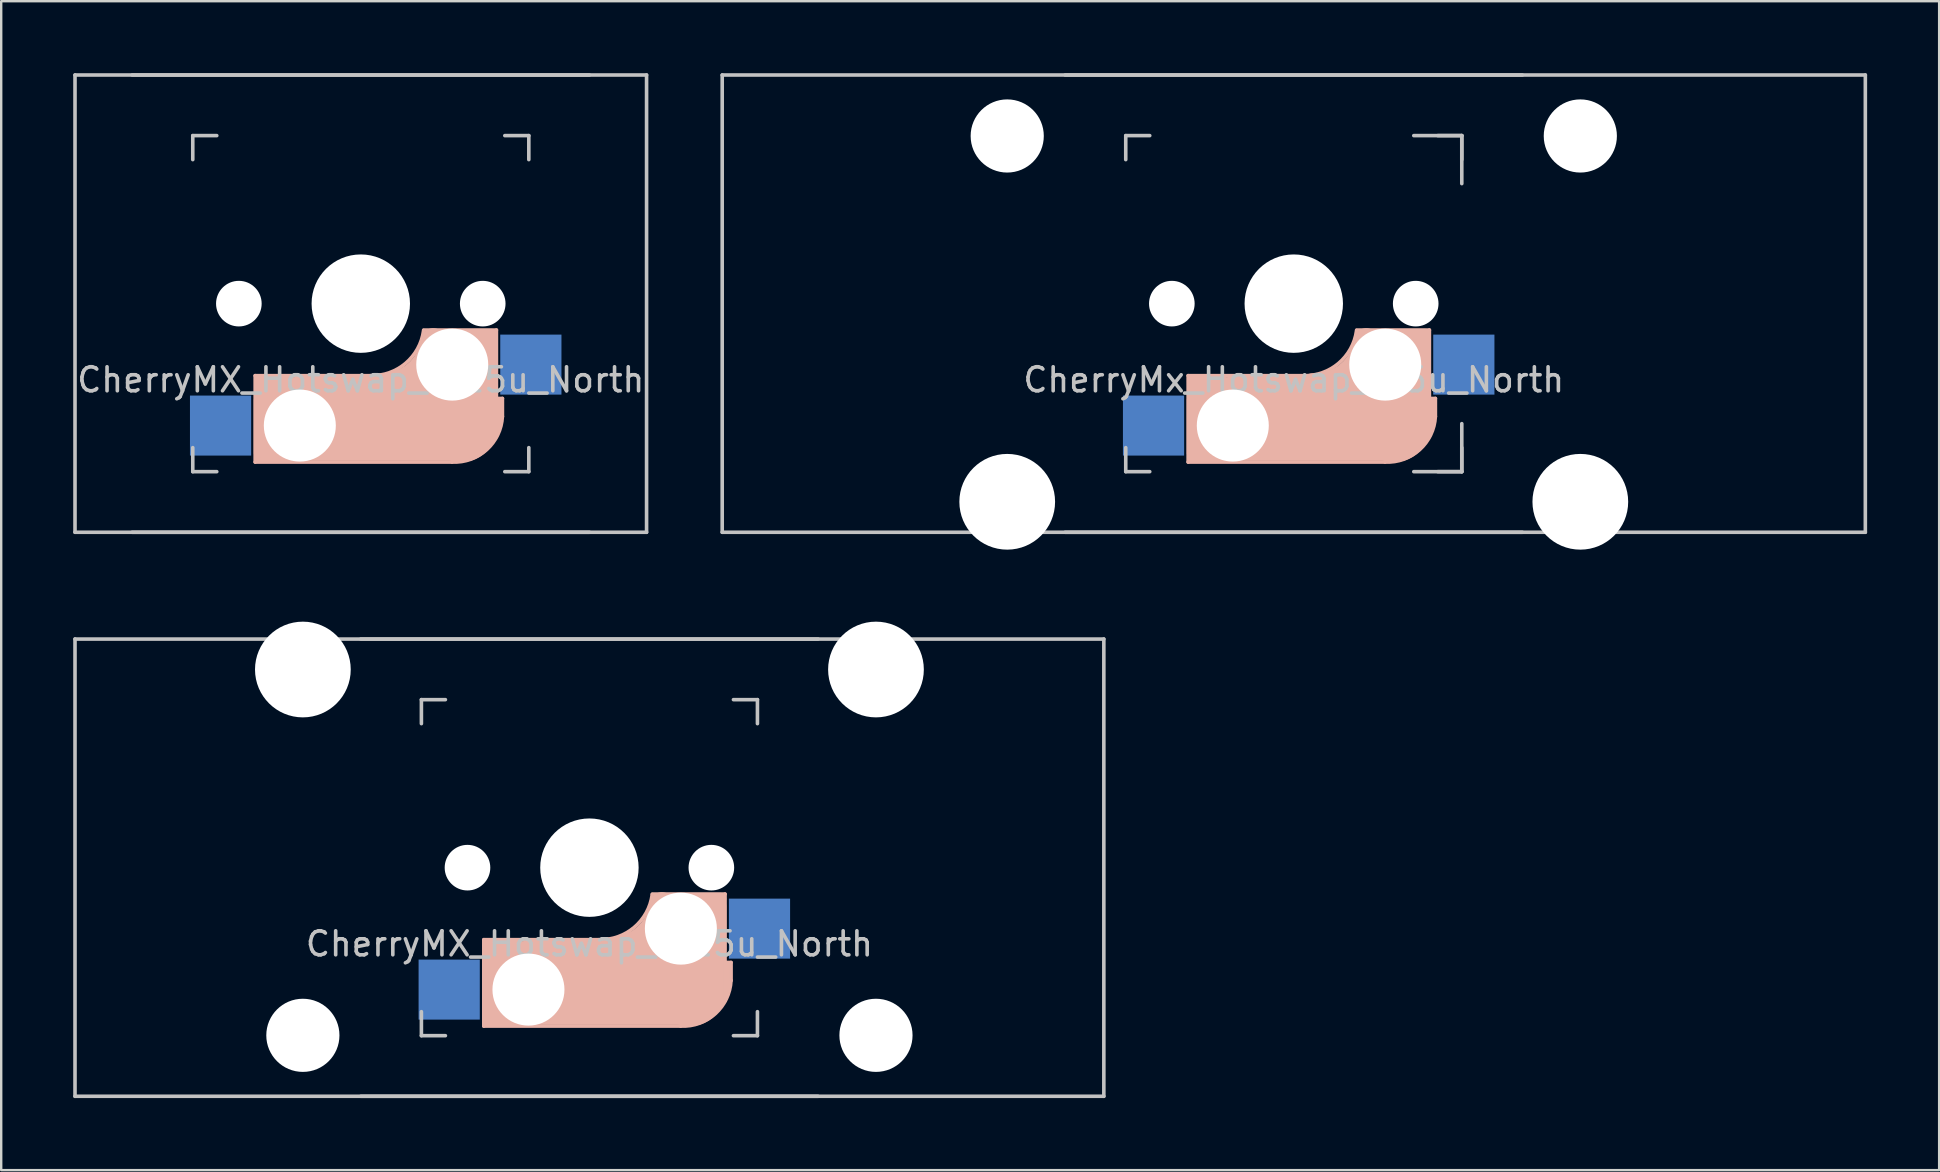
<source format=kicad_pcb>
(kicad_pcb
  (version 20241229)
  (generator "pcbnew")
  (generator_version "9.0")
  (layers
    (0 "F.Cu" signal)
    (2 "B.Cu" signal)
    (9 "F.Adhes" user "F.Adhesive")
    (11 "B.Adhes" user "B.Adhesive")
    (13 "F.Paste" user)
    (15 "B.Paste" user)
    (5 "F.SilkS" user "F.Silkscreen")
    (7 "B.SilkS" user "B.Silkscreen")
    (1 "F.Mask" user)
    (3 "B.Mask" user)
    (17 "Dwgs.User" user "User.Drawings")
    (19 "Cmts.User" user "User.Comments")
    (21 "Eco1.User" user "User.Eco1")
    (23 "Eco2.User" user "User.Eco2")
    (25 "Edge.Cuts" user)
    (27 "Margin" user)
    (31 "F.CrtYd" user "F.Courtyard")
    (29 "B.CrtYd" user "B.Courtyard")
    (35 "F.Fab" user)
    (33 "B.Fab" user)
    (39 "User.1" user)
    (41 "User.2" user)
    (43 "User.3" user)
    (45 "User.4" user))
  (footprint "CherryMX_Hotswap_1.25u_North"
    (layer "F.Cu")
    (at 11.981 9.6)
    (property "Reference" "CherryMX_Hotswap_1.25u_North" (at 0 3.175 0) (layer "Dwgs.User") (effects (font (size 1 1) (thickness 0.15))))
    (attr through_hole)
    (fp_line (start -4.4 3) (end -4.4 6.6) (stroke (width 0.15) (type solid)) (layer "B.SilkS"))
    (fp_line (start -4.4 6.6) (end 3.8 6.6) (stroke (width 0.15) (type solid)) (layer "B.SilkS"))
    (fp_line (start -4.38 4) (end -4.38 6.25) (stroke (width 0.15) (type solid)) (layer "B.SilkS"))
    (fp_line (start -4.25 6.4) (end -3 6.4) (stroke (width 0.4) (type solid)) (layer "B.SilkS"))
    (fp_line (start -4.2 3.25) (end -2.9 3.3) (stroke (width 0.5) (type solid)) (layer "B.SilkS"))
    (fp_line (start -3.9 6) (end -3.9 3.5) (stroke (width 1) (type solid)) (layer "B.SilkS"))
    (fp_line (start -2.6 4.8) (end 4.1 4.8) (stroke (width 3.5) (type solid)) (layer "B.SilkS"))
    (fp_line (start 0.4 3) (end -4.4 3) (stroke (width 0.15) (type solid)) (layer "B.SilkS"))
    (fp_line (start 4.17 5.1) (end 4.17 2.86) (stroke (width 3) (type solid)) (layer "B.SilkS"))
    (fp_line (start 5.3 1.6) (end 5.3 3.4) (stroke (width 0.8) (type solid)) (layer "B.SilkS"))
    (fp_line (start 5.45 1.3) (end 3 1.3) (stroke (width 0.5) (type solid)) (layer "B.SilkS"))
    (fp_line (start 5.65 1.1) (end 2.62 1.1) (stroke (width 0.15) (type solid)) (layer "B.SilkS"))
    (fp_line (start 5.65 5.55) (end 5.65 1.1) (stroke (width 0.15) (type solid)) (layer "B.SilkS"))
    (fp_line (start 5.8 4.05) (end 5.8 4.7) (stroke (width 0.3) (type solid)) (layer "B.SilkS"))
    (fp_line (start 5.9 3.95) (end 5.7 3.95) (stroke (width 0.15) (type solid)) (layer "B.SilkS"))
    (fp_line (start 5.9 4.7) (end 5.9 3.95) (stroke (width 0.15) (type solid)) (layer "B.SilkS"))
    (fp_arc (start 2.616318 1.121471) (mid 1.868709 2.486118) (end 0.4 3) (stroke (width 0.15) (type solid)) (layer "B.SilkS"))
    (fp_arc (start 3.016318 1.521471) (mid 2.268709 2.886118) (end 0.8 3.4) (stroke (width 1) (type solid)) (layer "B.SilkS"))
    (fp_arc (start 5.9 4.699999) (mid 5.243504 6.084924) (end 3.800001 6.6) (stroke (width 0.15) (type solid)) (layer "B.SilkS"))
    (fp_line (start -11.906 -9.525) (end 11.906 -9.525) (stroke (width 0.15) (type solid)) (layer "Dwgs.User"))
    (fp_line (start -11.906 9.525) (end -11.906 -9.525) (stroke (width 0.15) (type solid)) (layer "Dwgs.User"))
    (fp_line (start -9.525 -9.525) (end 9.525 -9.525) (stroke (width 0.15) (type solid)) (layer "Dwgs.User"))
    (fp_line (start -7 -7) (end -7 -6) (stroke (width 0.15) (type solid)) (layer "Dwgs.User"))
    (fp_line (start -7 7) (end -7 6) (stroke (width 0.15) (type solid)) (layer "Dwgs.User"))
    (fp_line (start -7 7) (end -6 7) (stroke (width 0.15) (type solid)) (layer "Dwgs.User"))
    (fp_line (start -6 -7) (end -7 -7) (stroke (width 0.15) (type solid)) (layer "Dwgs.User"))
    (fp_line (start 7 -7) (end 6 -7) (stroke (width 0.15) (type solid)) (layer "Dwgs.User"))
    (fp_line (start 7 -6) (end 7 -7) (stroke (width 0.15) (type solid)) (layer "Dwgs.User"))
    (fp_line (start 7 6) (end 7 7) (stroke (width 0.15) (type solid)) (layer "Dwgs.User"))
    (fp_line (start 7 7) (end 6 7) (stroke (width 0.15) (type solid)) (layer "Dwgs.User"))
    (fp_line (start 9.525 9.525) (end -9.525 9.525) (stroke (width 0.15) (type solid)) (layer "Dwgs.User"))
    (fp_line (start 11.906 -9.525) (end 11.906 9.525) (stroke (width 0.15) (type solid)) (layer "Dwgs.User"))
    (fp_line (start 11.906 9.525) (end -11.906 9.525) (stroke (width 0.15) (type solid)) (layer "Dwgs.User"))
    (pad "" np_thru_hole circle (at -5.08 0 48.1) (size 1.75 1.75) (drill 1.75) (layers "*.Cu" "*.Mask"))
    (pad "" np_thru_hole circle (at -5.08 0 180) (size 1.9 1.9) (drill 1.9) (layers "*.Cu" "*.Mask"))
    (pad "" np_thru_hole circle (at -2.54 5.08 180) (size 3 3) (drill 3) (layers "*.Cu" "*.Mask"))
    (pad "" np_thru_hole circle (at 0 0) (size 3.988 3.988) (drill 3.988) (layers "*.Cu" "*.Mask"))
    (pad "" np_thru_hole circle (at 0 0 180) (size 4.1 4.1) (drill 4.1) (layers "*.Cu" "*.Mask"))
    (pad "" np_thru_hole circle (at 3.81 2.54 180) (size 3 3) (drill 3) (layers "*.Cu" "*.Mask"))
    (pad "" np_thru_hole circle (at 5.08 0 48.1) (size 1.75 1.75) (drill 1.75) (layers "*.Cu" "*.Mask"))
    (pad "" np_thru_hole circle (at 5.08 0 180) (size 1.9 1.9) (drill 1.9) (layers "*.Cu" "*.Mask"))
    (pad "1" smd rect (at 7.085 2.54) (size 2.55 2.5) (layers "B.Cu" "B.Mask" "B.Paste"))
    (pad "2" smd rect (at -5.842 5.08) (size 2.55 2.5) (layers "B.Cu" "B.Mask" "B.Paste")))
  (footprint "CherryMx_Hotswap_2.5u_North"
    (layer "F.Cu")
    (at 50.85 9.6)
    (property "Reference" "CherryMx_Hotswap_2.5u_North" (at 0 3.175 0) (layer "Dwgs.User") (effects (font (size 1 1) (thickness 0.15))))
    (attr through_hole)
    (fp_line (start -4.4 3) (end -4.4 6.6) (stroke (width 0.15) (type solid)) (layer "B.SilkS"))
    (fp_line (start -4.4 6.6) (end 3.8 6.6) (stroke (width 0.15) (type solid)) (layer "B.SilkS"))
    (fp_line (start -4.38 4) (end -4.38 6.25) (stroke (width 0.15) (type solid)) (layer "B.SilkS"))
    (fp_line (start -4.25 6.4) (end -3 6.4) (stroke (width 0.4) (type solid)) (layer "B.SilkS"))
    (fp_line (start -4.2 3.25) (end -2.9 3.3) (stroke (width 0.5) (type solid)) (layer "B.SilkS"))
    (fp_line (start -3.9 6) (end -3.9 3.5) (stroke (width 1) (type solid)) (layer "B.SilkS"))
    (fp_line (start -2.6 4.8) (end 4.1 4.8) (stroke (width 3.5) (type solid)) (layer "B.SilkS"))
    (fp_line (start 0.4 3) (end -4.4 3) (stroke (width 0.15) (type solid)) (layer "B.SilkS"))
    (fp_line (start 4.17 5.1) (end 4.17 2.86) (stroke (width 3) (type solid)) (layer "B.SilkS"))
    (fp_line (start 5.3 1.6) (end 5.3 3.4) (stroke (width 0.8) (type solid)) (layer "B.SilkS"))
    (fp_line (start 5.45 1.3) (end 3 1.3) (stroke (width 0.5) (type solid)) (layer "B.SilkS"))
    (fp_line (start 5.65 1.1) (end 2.62 1.1) (stroke (width 0.15) (type solid)) (layer "B.SilkS"))
    (fp_line (start 5.65 5.55) (end 5.65 1.1) (stroke (width 0.15) (type solid)) (layer "B.SilkS"))
    (fp_line (start 5.8 4.05) (end 5.8 4.7) (stroke (width 0.3) (type solid)) (layer "B.SilkS"))
    (fp_line (start 5.9 3.95) (end 5.7 3.95) (stroke (width 0.15) (type solid)) (layer "B.SilkS"))
    (fp_line (start 5.9 4.7) (end 5.9 3.95) (stroke (width 0.15) (type solid)) (layer "B.SilkS"))
    (fp_arc (start 2.616318 1.121471) (mid 1.868709 2.486118) (end 0.4 3) (stroke (width 0.15) (type solid)) (layer "B.SilkS"))
    (fp_arc (start 3.016318 1.521471) (mid 2.268709 2.886118) (end 0.8 3.4) (stroke (width 1) (type solid)) (layer "B.SilkS"))
    (fp_arc (start 5.9 4.699999) (mid 5.243504 6.084924) (end 3.800001 6.6) (stroke (width 0.15) (type solid)) (layer "B.SilkS"))
    (fp_line (start -23.812 -9.525) (end 23.812 -9.525) (stroke (width 0.15) (type solid)) (layer "Dwgs.User"))
    (fp_line (start -23.812 9.525) (end -23.812 -9.525) (stroke (width 0.15) (type solid)) (layer "Dwgs.User"))
    (fp_line (start -23.812 9.525) (end 23.812 9.525) (stroke (width 0.15) (type solid)) (layer "Dwgs.User"))
    (fp_line (start -9.525 -9.525) (end 9.525 -9.525) (stroke (width 0.15) (type solid)) (layer "Dwgs.User"))
    (fp_line (start -7 -7) (end -7 -6) (stroke (width 0.15) (type solid)) (layer "Dwgs.User"))
    (fp_line (start -7 7) (end -7 6) (stroke (width 0.15) (type solid)) (layer "Dwgs.User"))
    (fp_line (start -7 7) (end -6 7) (stroke (width 0.15) (type solid)) (layer "Dwgs.User"))
    (fp_line (start -6 -7) (end -7 -7) (stroke (width 0.15) (type solid)) (layer "Dwgs.User"))
    (fp_line (start 5 -7) (end 7 -7) (stroke (width 0.15) (type solid)) (layer "Dwgs.User"))
    (fp_line (start 5 7) (end 7 7) (stroke (width 0.15) (type solid)) (layer "Dwgs.User"))
    (fp_line (start 7 -7) (end 6 -7) (stroke (width 0.15) (type solid)) (layer "Dwgs.User"))
    (fp_line (start 7 -7) (end 7 -5) (stroke (width 0.15) (type solid)) (layer "Dwgs.User"))
    (fp_line (start 7 -6) (end 7 -7) (stroke (width 0.15) (type solid)) (layer "Dwgs.User"))
    (fp_line (start 7 6) (end 7 7) (stroke (width 0.15) (type solid)) (layer "Dwgs.User"))
    (fp_line (start 7 7) (end 6 7) (stroke (width 0.15) (type solid)) (layer "Dwgs.User"))
    (fp_line (start 7 7) (end 7 5) (stroke (width 0.15) (type solid)) (layer "Dwgs.User"))
    (fp_line (start 9.525 9.525) (end -9.525 9.525) (stroke (width 0.15) (type solid)) (layer "Dwgs.User"))
    (fp_line (start 23.812 -9.525) (end 23.812 9.525) (stroke (width 0.15) (type solid)) (layer "Dwgs.User"))
    (pad "" np_thru_hole circle (at -11.938 -6.985) (size 3.048 3.048) (drill 3.048) (layers "*.Cu" "*.Mask"))
    (pad "" np_thru_hole circle (at -11.938 8.255) (size 3.988 3.988) (drill 3.988) (layers "*.Cu" "*.Mask"))
    (pad "" np_thru_hole circle (at -5.08 0 48.1) (size 1.75 1.75) (drill 1.75) (layers "*.Cu" "*.Mask"))
    (pad "" np_thru_hole circle (at -5.08 0 180) (size 1.9 1.9) (drill 1.9) (layers "*.Cu" "*.Mask"))
    (pad "" np_thru_hole circle (at -2.54 5.08 180) (size 3 3) (drill 3) (layers "*.Cu" "*.Mask"))
    (pad "" np_thru_hole circle (at 0 0) (size 3.988 3.988) (drill 3.988) (layers "*.Cu" "*.Mask"))
    (pad "" np_thru_hole circle (at 0 0 180) (size 4.1 4.1) (drill 4.1) (layers "*.Cu" "*.Mask"))
    (pad "" np_thru_hole circle (at 3.81 2.54 180) (size 3 3) (drill 3) (layers "*.Cu" "*.Mask"))
    (pad "" np_thru_hole circle (at 5.08 0 48.1) (size 1.75 1.75) (drill 1.75) (layers "*.Cu" "*.Mask"))
    (pad "" np_thru_hole circle (at 5.08 0 180) (size 1.9 1.9) (drill 1.9) (layers "*.Cu" "*.Mask"))
    (pad "" np_thru_hole circle (at 11.938 -6.985) (size 3.048 3.048) (drill 3.048) (layers "*.Cu" "*.Mask"))
    (pad "" np_thru_hole circle (at 11.938 8.255) (size 3.988 3.988) (drill 3.988) (layers "*.Cu" "*.Mask"))
    (pad "1" smd rect (at 7.085 2.54) (size 2.55 2.5) (layers "B.Cu" "B.Mask" "B.Paste"))
    (pad "2" smd rect (at -5.842 5.08) (size 2.55 2.5) (layers "B.Cu" "B.Mask" "B.Paste")))
  (footprint "CherryMX_Hotswap_2.25u_North"
    (layer "F.Cu")
    (at 21.506 33.098)
    (property "Reference" "CherryMX_Hotswap_2.25u_North" (at 0 3.175 0) (layer "Dwgs.User") (effects (font (size 1 1) (thickness 0.15))))
    (attr through_hole)
    (fp_line (start -4.4 3) (end -4.4 6.6) (stroke (width 0.15) (type solid)) (layer "B.SilkS"))
    (fp_line (start -4.4 6.6) (end 3.8 6.6) (stroke (width 0.15) (type solid)) (layer "B.SilkS"))
    (fp_line (start -4.38 4) (end -4.38 6.25) (stroke (width 0.15) (type solid)) (layer "B.SilkS"))
    (fp_line (start -4.25 6.4) (end -3 6.4) (stroke (width 0.4) (type solid)) (layer "B.SilkS"))
    (fp_line (start -4.2 3.25) (end -2.9 3.3) (stroke (width 0.5) (type solid)) (layer "B.SilkS"))
    (fp_line (start -3.9 6) (end -3.9 3.5) (stroke (width 1) (type solid)) (layer "B.SilkS"))
    (fp_line (start -2.6 4.8) (end 4.1 4.8) (stroke (width 3.5) (type solid)) (layer "B.SilkS"))
    (fp_line (start 0.4 3) (end -4.4 3) (stroke (width 0.15) (type solid)) (layer "B.SilkS"))
    (fp_line (start 4.17 5.1) (end 4.17 2.86) (stroke (width 3) (type solid)) (layer "B.SilkS"))
    (fp_line (start 5.3 1.6) (end 5.3 3.4) (stroke (width 0.8) (type solid)) (layer "B.SilkS"))
    (fp_line (start 5.45 1.3) (end 3 1.3) (stroke (width 0.5) (type solid)) (layer "B.SilkS"))
    (fp_line (start 5.65 1.1) (end 2.62 1.1) (stroke (width 0.15) (type solid)) (layer "B.SilkS"))
    (fp_line (start 5.65 5.55) (end 5.65 1.1) (stroke (width 0.15) (type solid)) (layer "B.SilkS"))
    (fp_line (start 5.8 4.05) (end 5.8 4.7) (stroke (width 0.3) (type solid)) (layer "B.SilkS"))
    (fp_line (start 5.9 3.95) (end 5.7 3.95) (stroke (width 0.15) (type solid)) (layer "B.SilkS"))
    (fp_line (start 5.9 4.7) (end 5.9 3.95) (stroke (width 0.15) (type solid)) (layer "B.SilkS"))
    (fp_arc (start 2.616318 1.121471) (mid 1.868709 2.486118) (end 0.4 3) (stroke (width 0.15) (type solid)) (layer "B.SilkS"))
    (fp_arc (start 3.016318 1.521471) (mid 2.268709 2.886118) (end 0.8 3.4) (stroke (width 1) (type solid)) (layer "B.SilkS"))
    (fp_arc (start 5.9 4.699999) (mid 5.243504 6.084924) (end 3.800001 6.6) (stroke (width 0.15) (type solid)) (layer "B.SilkS"))
    (fp_line (start -21.431 -9.525) (end 21.431 -9.525) (stroke (width 0.15) (type solid)) (layer "Dwgs.User"))
    (fp_line (start -21.431 9.525) (end -21.431 -9.525) (stroke (width 0.15) (type solid)) (layer "Dwgs.User"))
    (fp_line (start -21.431 9.525) (end 21.431 9.525) (stroke (width 0.15) (type solid)) (layer "Dwgs.User"))
    (fp_line (start -9.525 -9.525) (end 9.525 -9.525) (stroke (width 0.15) (type solid)) (layer "Dwgs.User"))
    (fp_line (start -7 -7) (end -7 -6) (stroke (width 0.15) (type solid)) (layer "Dwgs.User"))
    (fp_line (start -7 7) (end -7 6) (stroke (width 0.15) (type solid)) (layer "Dwgs.User"))
    (fp_line (start -7 7) (end -6 7) (stroke (width 0.15) (type solid)) (layer "Dwgs.User"))
    (fp_line (start -6 -7) (end -7 -7) (stroke (width 0.15) (type solid)) (layer "Dwgs.User"))
    (fp_line (start 7 -7) (end 6 -7) (stroke (width 0.15) (type solid)) (layer "Dwgs.User"))
    (fp_line (start 7 -6) (end 7 -7) (stroke (width 0.15) (type solid)) (layer "Dwgs.User"))
    (fp_line (start 7 6) (end 7 7) (stroke (width 0.15) (type solid)) (layer "Dwgs.User"))
    (fp_line (start 7 7) (end 6 7) (stroke (width 0.15) (type solid)) (layer "Dwgs.User"))
    (fp_line (start 9.525 9.525) (end -9.525 9.525) (stroke (width 0.15) (type solid)) (layer "Dwgs.User"))
    (fp_line (start 21.431 -9.525) (end 21.431 9.525) (stroke (width 0.15) (type solid)) (layer "Dwgs.User"))
    (pad "" np_thru_hole circle (at -11.938 -8.255 180) (size 3.988 3.988) (drill 3.988) (layers "*.Cu" "*.Mask"))
    (pad "" np_thru_hole circle (at -11.938 6.985 90) (size 3.048 3.048) (drill 3.048) (layers "*.Cu" "*.Mask"))
    (pad "" np_thru_hole circle (at -5.08 0 48.1) (size 1.75 1.75) (drill 1.75) (layers "*.Cu" "*.Mask"))
    (pad "" np_thru_hole circle (at -5.08 0 180) (size 1.9 1.9) (drill 1.9) (layers "*.Cu" "*.Mask"))
    (pad "" np_thru_hole circle (at -2.54 5.08 180) (size 3 3) (drill 3) (layers "*.Cu" "*.Mask"))
    (pad "" np_thru_hole circle (at 0 0) (size 3.988 3.988) (drill 3.988) (layers "*.Cu" "*.Mask"))
    (pad "" np_thru_hole circle (at 0 0 180) (size 4.1 4.1) (drill 4.1) (layers "*.Cu" "*.Mask"))
    (pad "" np_thru_hole circle (at 3.81 2.54 180) (size 3 3) (drill 3) (layers "*.Cu" "*.Mask"))
    (pad "" np_thru_hole circle (at 5.08 0 48.1) (size 1.75 1.75) (drill 1.75) (layers "*.Cu" "*.Mask"))
    (pad "" np_thru_hole circle (at 5.08 0 180) (size 1.9 1.9) (drill 1.9) (layers "*.Cu" "*.Mask"))
    (pad "" np_thru_hole circle (at 11.938 -8.255 180) (size 3.988 3.988) (drill 3.988) (layers "*.Cu" "*.Mask"))
    (pad "" np_thru_hole circle (at 11.938 6.985 180) (size 3.048 3.048) (drill 3.048) (layers "*.Cu" "*.Mask"))
    (pad "1" smd rect (at 7.085 2.54) (size 2.55 2.5) (layers "B.Cu" "B.Mask" "B.Paste"))
    (pad "2" smd rect (at -5.842 5.08) (size 2.55 2.5) (layers "B.Cu" "B.Mask" "B.Paste")))
  (gr_rect
    (start -3 -3)
    (end 77.737 45.698)
    (stroke (width 0.1) (type default))
    (fill no)
    (layer "Edge.Cuts")))
</source>
